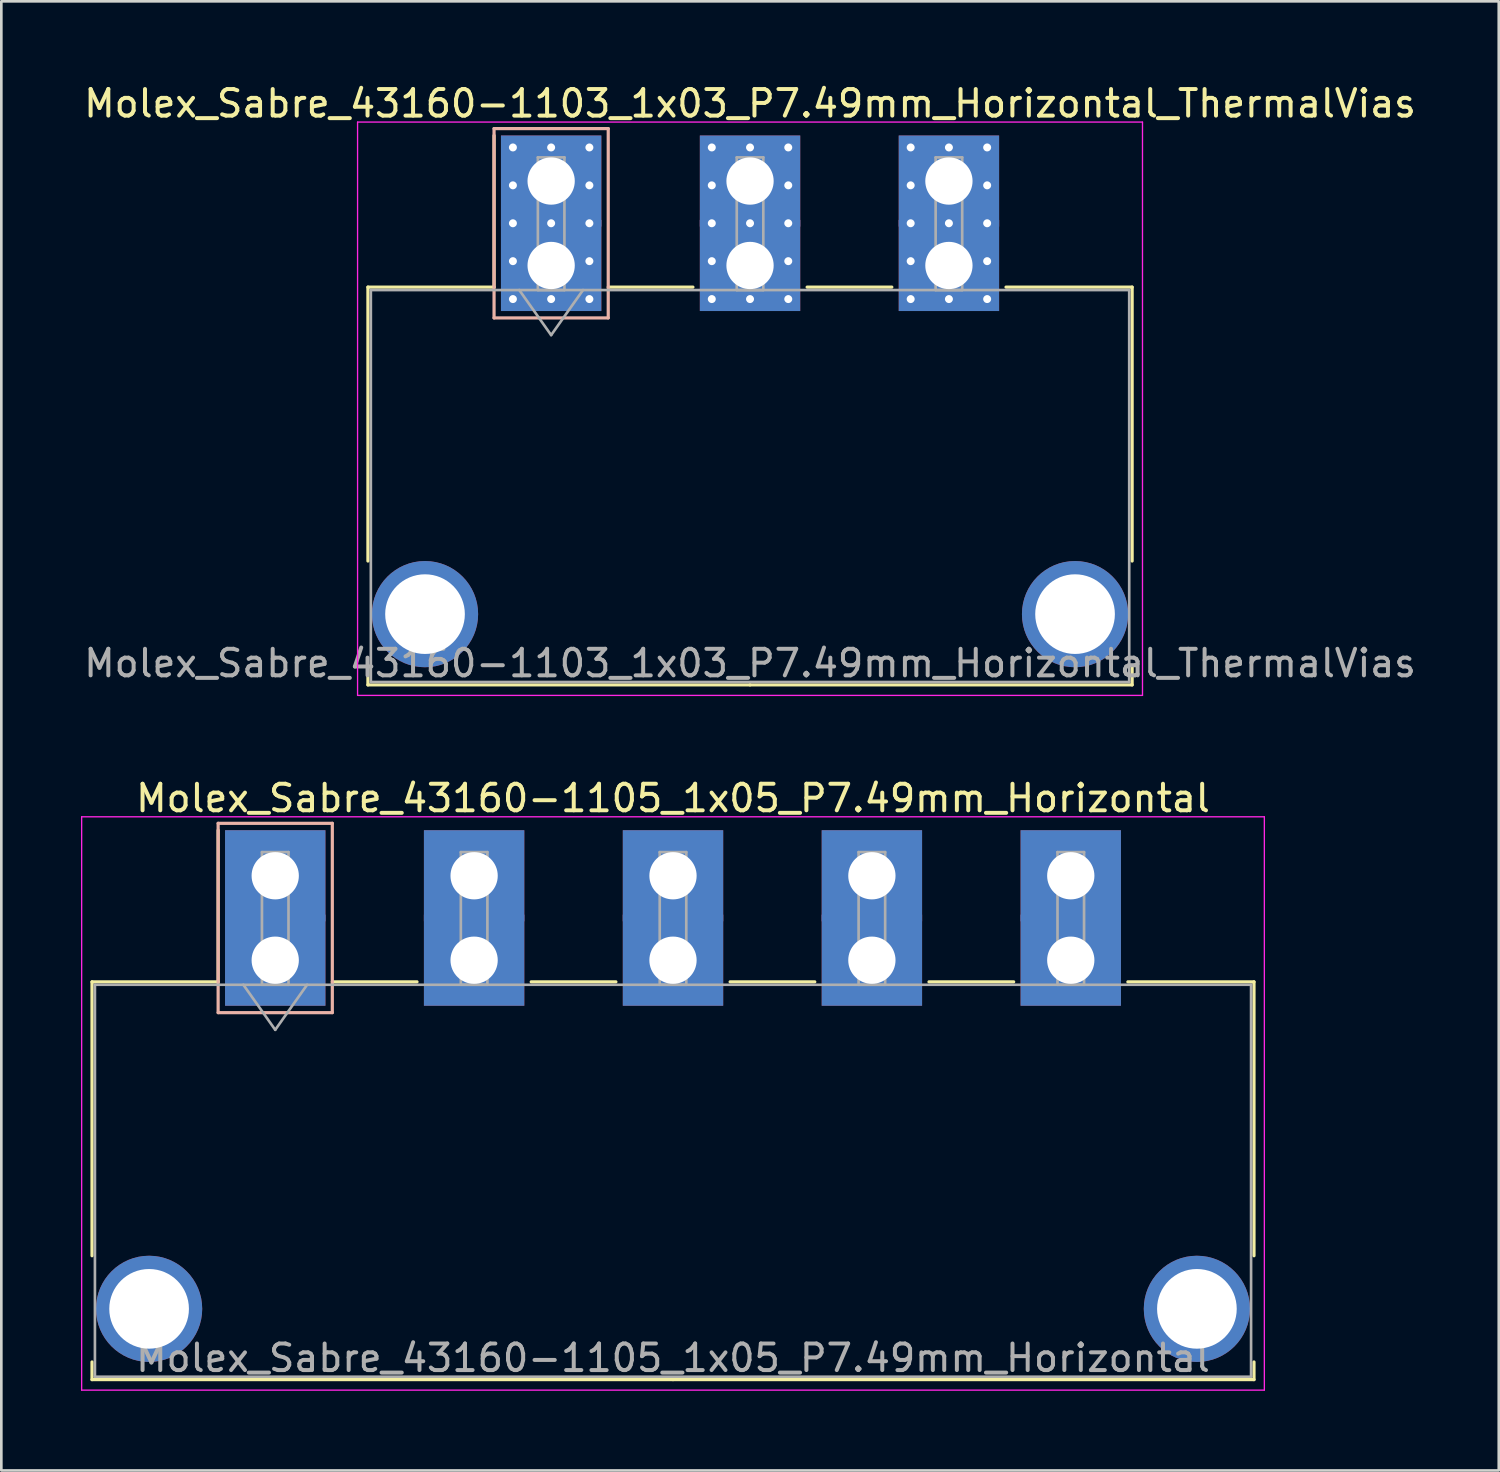
<source format=kicad_pcb>
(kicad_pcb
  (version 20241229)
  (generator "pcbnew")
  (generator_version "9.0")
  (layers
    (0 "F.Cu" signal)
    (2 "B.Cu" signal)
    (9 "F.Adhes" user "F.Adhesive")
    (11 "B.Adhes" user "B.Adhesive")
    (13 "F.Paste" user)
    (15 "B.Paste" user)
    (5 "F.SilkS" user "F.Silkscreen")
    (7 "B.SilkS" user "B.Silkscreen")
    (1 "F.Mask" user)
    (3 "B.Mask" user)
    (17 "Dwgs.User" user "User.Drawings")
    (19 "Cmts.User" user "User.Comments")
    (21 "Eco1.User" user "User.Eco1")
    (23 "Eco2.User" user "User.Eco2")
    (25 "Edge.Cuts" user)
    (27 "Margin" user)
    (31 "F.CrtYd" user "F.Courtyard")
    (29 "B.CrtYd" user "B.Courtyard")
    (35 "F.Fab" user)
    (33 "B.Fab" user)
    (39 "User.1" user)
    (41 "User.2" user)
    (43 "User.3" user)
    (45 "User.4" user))
  (footprint "Molex_Sabre_43160-1105_1x05_P7.49mm_Horizontal"
    (layer "F.Cu")
    (at 7.315 33.111)
    (property "Reference" "Molex_Sabre_43160-1105_1x05_P7.49mm_Horizontal" (at 14.98 -6.1 0) (layer "F.SilkS") (effects (font (size 1 1) (thickness 0.15))))
    (attr through_hole)
    (fp_line (start -6.9 0.815) (end -6.9 11.13) (stroke (width 0.12) (type solid)) (layer "F.SilkS"))
    (fp_line (start -6.9 15.13) (end -6.9 15.795) (stroke (width 0.12) (type solid)) (layer "F.SilkS"))
    (fp_line (start -6.9 15.795) (end 14.98 15.795) (stroke (width 0.12) (type solid)) (layer "F.SilkS"))
    (fp_line (start -2.15 0.815) (end -6.9 0.815) (stroke (width 0.12) (type solid)) (layer "F.SilkS"))
    (fp_line (start -2.15 0.815) (end -2.15 -4.895) (stroke (width 0.12) (type solid)) (layer "F.SilkS"))
    (fp_line (start 2.15 0.815) (end 5.34 0.815) (stroke (width 0.12) (type solid)) (layer "F.SilkS"))
    (fp_line (start 9.64 0.815) (end 12.83 0.815) (stroke (width 0.12) (type solid)) (layer "F.SilkS"))
    (fp_line (start 17.13 0.815) (end 20.32 0.815) (stroke (width 0.12) (type solid)) (layer "F.SilkS"))
    (fp_line (start 24.62 0.815) (end 27.81 0.815) (stroke (width 0.12) (type solid)) (layer "F.SilkS"))
    (fp_line (start 32.11 0.815) (end 36.86 0.815) (stroke (width 0.12) (type solid)) (layer "F.SilkS"))
    (fp_line (start 36.86 0.815) (end 36.86 11.13) (stroke (width 0.12) (type solid)) (layer "F.SilkS"))
    (fp_line (start 36.86 15.13) (end 36.86 15.795) (stroke (width 0.12) (type solid)) (layer "F.SilkS"))
    (fp_line (start 36.86 15.795) (end 14.98 15.795) (stroke (width 0.12) (type solid)) (layer "F.SilkS"))
    (fp_line (start -2.15 -5.155) (end -2.15 1.975) (stroke (width 0.12) (type solid)) (layer "B.SilkS"))
    (fp_line (start -2.15 1.975) (end 2.15 1.975) (stroke (width 0.12) (type solid)) (layer "B.SilkS"))
    (fp_line (start 2.15 -5.155) (end -2.15 -5.155) (stroke (width 0.12) (type solid)) (layer "B.SilkS"))
    (fp_line (start 2.15 1.975) (end 2.15 -5.155) (stroke (width 0.12) (type solid)) (layer "B.SilkS"))
    (fp_line (start -7.29 -5.4) (end -7.29 16.19) (stroke (width 0.05) (type solid)) (layer "F.CrtYd"))
    (fp_line (start -7.29 16.19) (end 37.25 16.19) (stroke (width 0.05) (type solid)) (layer "F.CrtYd"))
    (fp_line (start 37.25 -5.4) (end -7.29 -5.4) (stroke (width 0.05) (type solid)) (layer "F.CrtYd"))
    (fp_line (start 37.25 16.19) (end 37.25 -5.4) (stroke (width 0.05) (type solid)) (layer "F.CrtYd"))
    (fp_line (start -6.79 0.925) (end -6.79 15.685) (stroke (width 0.1) (type solid)) (layer "F.Fab"))
    (fp_line (start -6.79 15.685) (end 36.75 15.685) (stroke (width 0.1) (type solid)) (layer "F.Fab"))
    (fp_line (start -1.2 0.925) (end 0 2.622) (stroke (width 0.1) (type solid)) (layer "F.Fab"))
    (fp_line (start -0.5 -4.07) (end 0.5 -4.07) (stroke (width 0.1) (type solid)) (layer "F.Fab"))
    (fp_line (start -0.5 0.925) (end -0.5 -4.07) (stroke (width 0.1) (type solid)) (layer "F.Fab"))
    (fp_line (start 0 2.622) (end 1.2 0.925) (stroke (width 0.1) (type solid)) (layer "F.Fab"))
    (fp_line (start 0.5 -4.07) (end 0.5 0.925) (stroke (width 0.1) (type solid)) (layer "F.Fab"))
    (fp_line (start 0.5 0.925) (end -0.5 0.925) (stroke (width 0.1) (type solid)) (layer "F.Fab"))
    (fp_line (start 6.99 -4.07) (end 7.99 -4.07) (stroke (width 0.1) (type solid)) (layer "F.Fab"))
    (fp_line (start 6.99 0.925) (end 6.99 -4.07) (stroke (width 0.1) (type solid)) (layer "F.Fab"))
    (fp_line (start 7.99 -4.07) (end 7.99 0.925) (stroke (width 0.1) (type solid)) (layer "F.Fab"))
    (fp_line (start 7.99 0.925) (end 6.99 0.925) (stroke (width 0.1) (type solid)) (layer "F.Fab"))
    (fp_line (start 14.48 -4.07) (end 15.48 -4.07) (stroke (width 0.1) (type solid)) (layer "F.Fab"))
    (fp_line (start 14.48 0.925) (end 14.48 -4.07) (stroke (width 0.1) (type solid)) (layer "F.Fab"))
    (fp_line (start 15.48 -4.07) (end 15.48 0.925) (stroke (width 0.1) (type solid)) (layer "F.Fab"))
    (fp_line (start 15.48 0.925) (end 14.48 0.925) (stroke (width 0.1) (type solid)) (layer "F.Fab"))
    (fp_line (start 21.97 -4.07) (end 22.97 -4.07) (stroke (width 0.1) (type solid)) (layer "F.Fab"))
    (fp_line (start 21.97 0.925) (end 21.97 -4.07) (stroke (width 0.1) (type solid)) (layer "F.Fab"))
    (fp_line (start 22.97 -4.07) (end 22.97 0.925) (stroke (width 0.1) (type solid)) (layer "F.Fab"))
    (fp_line (start 22.97 0.925) (end 21.97 0.925) (stroke (width 0.1) (type solid)) (layer "F.Fab"))
    (fp_line (start 29.46 -4.07) (end 30.46 -4.07) (stroke (width 0.1) (type solid)) (layer "F.Fab"))
    (fp_line (start 29.46 0.925) (end 29.46 -4.07) (stroke (width 0.1) (type solid)) (layer "F.Fab"))
    (fp_line (start 30.46 -4.07) (end 30.46 0.925) (stroke (width 0.1) (type solid)) (layer "F.Fab"))
    (fp_line (start 30.46 0.925) (end 29.46 0.925) (stroke (width 0.1) (type solid)) (layer "F.Fab"))
    (fp_line (start 36.75 0.925) (end -6.79 0.925) (stroke (width 0.1) (type solid)) (layer "F.Fab"))
    (fp_line (start 36.75 15.685) (end 36.75 0.925) (stroke (width 0.1) (type solid)) (layer "F.Fab"))
    (fp_text user "${REFERENCE}" (at 14.98 14.98 0) (layer "F.Fab") (effects (font (size 1 1) (thickness 0.15))))
    (pad "" thru_hole circle (at -4.75 13.13) (size 4 4) (drill 3) (layers "*.Cu" "*.Mask"))
    (pad "" thru_hole circle (at 34.71 13.13) (size 4 4) (drill 3) (layers "*.Cu" "*.Mask"))
    (pad "1" thru_hole rect (at 0 -3.18) (size 3.78 3.43) (drill 1.78) (layers "*.Cu" "*.Mask"))
    (pad "1" thru_hole rect (at 0 0) (size 3.78 3.43) (drill 1.78) (layers "*.Cu" "*.Mask"))
    (pad "2" thru_hole rect (at 7.49 -3.18) (size 3.78 3.43) (drill 1.78) (layers "*.Cu" "*.Mask"))
    (pad "2" thru_hole rect (at 7.49 0) (size 3.78 3.43) (drill 1.78) (layers "*.Cu" "*.Mask"))
    (pad "3" thru_hole rect (at 14.98 -3.18) (size 3.78 3.43) (drill 1.78) (layers "*.Cu" "*.Mask"))
    (pad "3" thru_hole rect (at 14.98 0) (size 3.78 3.43) (drill 1.78) (layers "*.Cu" "*.Mask"))
    (pad "4" thru_hole rect (at 22.47 -3.18) (size 3.78 3.43) (drill 1.78) (layers "*.Cu" "*.Mask"))
    (pad "4" thru_hole rect (at 22.47 0) (size 3.78 3.43) (drill 1.78) (layers "*.Cu" "*.Mask"))
    (pad "5" thru_hole rect (at 29.96 -3.18) (size 3.78 3.43) (drill 1.78) (layers "*.Cu" "*.Mask"))
    (pad "5" thru_hole rect (at 29.96 0) (size 3.78 3.43) (drill 1.78) (layers "*.Cu" "*.Mask")))
  (footprint "Molex_Sabre_43160-1103_1x03_P7.49mm_Horizontal_ThermalVias"
    (layer "F.Cu")
    (at 17.706 6.948)
    (property "Reference" "Molex_Sabre_43160-1103_1x03_P7.49mm_Horizontal_ThermalVias" (at 7.49 -6.1 0) (layer "F.SilkS") (effects (font (size 1 1) (thickness 0.15))))
    (attr through_hole)
    (fp_line (start -6.9 0.815) (end -6.9 11.13) (stroke (width 0.12) (type solid)) (layer "F.SilkS"))
    (fp_line (start -6.9 15.13) (end -6.9 15.795) (stroke (width 0.12) (type solid)) (layer "F.SilkS"))
    (fp_line (start -6.9 15.795) (end 7.49 15.795) (stroke (width 0.12) (type solid)) (layer "F.SilkS"))
    (fp_line (start -2.15 0.815) (end -6.9 0.815) (stroke (width 0.12) (type solid)) (layer "F.SilkS"))
    (fp_line (start -2.15 0.815) (end -2.15 -4.895) (stroke (width 0.12) (type solid)) (layer "F.SilkS"))
    (fp_line (start 2.15 0.815) (end 5.34 0.815) (stroke (width 0.12) (type solid)) (layer "F.SilkS"))
    (fp_line (start 9.64 0.815) (end 12.83 0.815) (stroke (width 0.12) (type solid)) (layer "F.SilkS"))
    (fp_line (start 17.13 0.815) (end 21.88 0.815) (stroke (width 0.12) (type solid)) (layer "F.SilkS"))
    (fp_line (start 21.88 0.815) (end 21.88 11.13) (stroke (width 0.12) (type solid)) (layer "F.SilkS"))
    (fp_line (start 21.88 15.13) (end 21.88 15.795) (stroke (width 0.12) (type solid)) (layer "F.SilkS"))
    (fp_line (start 21.88 15.795) (end 7.49 15.795) (stroke (width 0.12) (type solid)) (layer "F.SilkS"))
    (fp_line (start -2.15 -5.155) (end -2.15 1.975) (stroke (width 0.12) (type solid)) (layer "B.SilkS"))
    (fp_line (start -2.15 1.975) (end 2.15 1.975) (stroke (width 0.12) (type solid)) (layer "B.SilkS"))
    (fp_line (start 2.15 -5.155) (end -2.15 -5.155) (stroke (width 0.12) (type solid)) (layer "B.SilkS"))
    (fp_line (start 2.15 1.975) (end 2.15 -5.155) (stroke (width 0.12) (type solid)) (layer "B.SilkS"))
    (fp_line (start -7.29 -5.4) (end -7.29 16.19) (stroke (width 0.05) (type solid)) (layer "F.CrtYd"))
    (fp_line (start -7.29 16.19) (end 22.27 16.19) (stroke (width 0.05) (type solid)) (layer "F.CrtYd"))
    (fp_line (start 22.27 -5.4) (end -7.29 -5.4) (stroke (width 0.05) (type solid)) (layer "F.CrtYd"))
    (fp_line (start 22.27 16.19) (end 22.27 -5.4) (stroke (width 0.05) (type solid)) (layer "F.CrtYd"))
    (fp_line (start -6.79 0.925) (end -6.79 15.685) (stroke (width 0.1) (type solid)) (layer "F.Fab"))
    (fp_line (start -6.79 15.685) (end 21.77 15.685) (stroke (width 0.1) (type solid)) (layer "F.Fab"))
    (fp_line (start -1.2 0.925) (end 0 2.622) (stroke (width 0.1) (type solid)) (layer "F.Fab"))
    (fp_line (start -0.5 -4.07) (end 0.5 -4.07) (stroke (width 0.1) (type solid)) (layer "F.Fab"))
    (fp_line (start -0.5 0.925) (end -0.5 -4.07) (stroke (width 0.1) (type solid)) (layer "F.Fab"))
    (fp_line (start 0 2.622) (end 1.2 0.925) (stroke (width 0.1) (type solid)) (layer "F.Fab"))
    (fp_line (start 0.5 -4.07) (end 0.5 0.925) (stroke (width 0.1) (type solid)) (layer "F.Fab"))
    (fp_line (start 0.5 0.925) (end -0.5 0.925) (stroke (width 0.1) (type solid)) (layer "F.Fab"))
    (fp_line (start 6.99 -4.07) (end 7.99 -4.07) (stroke (width 0.1) (type solid)) (layer "F.Fab"))
    (fp_line (start 6.99 0.925) (end 6.99 -4.07) (stroke (width 0.1) (type solid)) (layer "F.Fab"))
    (fp_line (start 7.99 -4.07) (end 7.99 0.925) (stroke (width 0.1) (type solid)) (layer "F.Fab"))
    (fp_line (start 7.99 0.925) (end 6.99 0.925) (stroke (width 0.1) (type solid)) (layer "F.Fab"))
    (fp_line (start 14.48 -4.07) (end 15.48 -4.07) (stroke (width 0.1) (type solid)) (layer "F.Fab"))
    (fp_line (start 14.48 0.925) (end 14.48 -4.07) (stroke (width 0.1) (type solid)) (layer "F.Fab"))
    (fp_line (start 15.48 -4.07) (end 15.48 0.925) (stroke (width 0.1) (type solid)) (layer "F.Fab"))
    (fp_line (start 15.48 0.925) (end 14.48 0.925) (stroke (width 0.1) (type solid)) (layer "F.Fab"))
    (fp_line (start 21.77 0.925) (end -6.79 0.925) (stroke (width 0.1) (type solid)) (layer "F.Fab"))
    (fp_line (start 21.77 15.685) (end 21.77 0.925) (stroke (width 0.1) (type solid)) (layer "F.Fab"))
    (fp_text user "${REFERENCE}" (at 7.49 14.98 0) (layer "F.Fab") (effects (font (size 1 1) (thickness 0.15))))
    (pad "" thru_hole circle (at -4.75 13.13) (size 4 4) (drill 3) (layers "*.Cu" "*.Mask"))
    (pad "" thru_hole circle (at 19.73 13.13) (size 4 4) (drill 3) (layers "*.Cu" "*.Mask"))
    (pad "1" thru_hole rect (at -1.44 -4.445) (size 0.6 0.6) (drill 0.3) (layers "*.Cu" "*.Mask"))
    (pad "1" thru_hole rect (at -1.44 -3.018) (size 0.6 0.6) (drill 0.3) (layers "*.Cu" "*.Mask"))
    (pad "1" thru_hole rect (at -1.44 -1.59) (size 0.6 0.6) (drill 0.3) (layers "*.Cu" "*.Mask"))
    (pad "1" thru_hole rect (at -1.44 -0.163) (size 0.6 0.6) (drill 0.3) (layers "*.Cu" "*.Mask"))
    (pad "1" thru_hole rect (at -1.44 1.265) (size 0.6 0.6) (drill 0.3) (layers "*.Cu" "*.Mask"))
    (pad "1" thru_hole rect (at 0 -4.445) (size 0.6 0.6) (drill 0.3) (layers "*.Cu" "*.Mask"))
    (pad "1" thru_hole rect (at 0 -3.18) (size 3.78 3.43) (drill 1.78) (layers "*.Cu" "*.Mask"))
    (pad "1" thru_hole rect (at 0 -1.59) (size 0.6 0.6) (drill 0.3) (layers "*.Cu" "*.Mask"))
    (pad "1" thru_hole rect (at 0 0) (size 3.78 3.43) (drill 1.78) (layers "*.Cu" "*.Mask"))
    (pad "1" thru_hole rect (at 0 1.265) (size 0.6 0.6) (drill 0.3) (layers "*.Cu" "*.Mask"))
    (pad "1" thru_hole rect (at 1.44 -4.445) (size 0.6 0.6) (drill 0.3) (layers "*.Cu" "*.Mask"))
    (pad "1" thru_hole rect (at 1.44 -3.018) (size 0.6 0.6) (drill 0.3) (layers "*.Cu" "*.Mask"))
    (pad "1" thru_hole rect (at 1.44 -1.59) (size 0.6 0.6) (drill 0.3) (layers "*.Cu" "*.Mask"))
    (pad "1" thru_hole rect (at 1.44 -0.163) (size 0.6 0.6) (drill 0.3) (layers "*.Cu" "*.Mask"))
    (pad "1" thru_hole rect (at 1.44 1.265) (size 0.6 0.6) (drill 0.3) (layers "*.Cu" "*.Mask"))
    (pad "2" thru_hole circle (at 6.05 -4.445) (size 0.6 0.6) (drill 0.3) (layers "*.Cu" "*.Mask"))
    (pad "2" thru_hole circle (at 6.05 -3.018) (size 0.6 0.6) (drill 0.3) (layers "*.Cu" "*.Mask"))
    (pad "2" thru_hole circle (at 6.05 -1.59) (size 0.6 0.6) (drill 0.3) (layers "*.Cu" "*.Mask"))
    (pad "2" thru_hole circle (at 6.05 -0.163) (size 0.6 0.6) (drill 0.3) (layers "*.Cu" "*.Mask"))
    (pad "2" thru_hole circle (at 6.05 1.265) (size 0.6 0.6) (drill 0.3) (layers "*.Cu" "*.Mask"))
    (pad "2" thru_hole circle (at 7.49 -4.445) (size 0.6 0.6) (drill 0.3) (layers "*.Cu" "*.Mask"))
    (pad "2" thru_hole rect (at 7.49 -3.18) (size 3.78 3.43) (drill 1.78) (layers "*.Cu" "*.Mask"))
    (pad "2" thru_hole circle (at 7.49 -1.59) (size 0.6 0.6) (drill 0.3) (layers "*.Cu" "*.Mask"))
    (pad "2" thru_hole rect (at 7.49 0) (size 3.78 3.43) (drill 1.78) (layers "*.Cu" "*.Mask"))
    (pad "2" thru_hole circle (at 7.49 1.265) (size 0.6 0.6) (drill 0.3) (layers "*.Cu" "*.Mask"))
    (pad "2" thru_hole circle (at 8.93 -4.445) (size 0.6 0.6) (drill 0.3) (layers "*.Cu" "*.Mask"))
    (pad "2" thru_hole circle (at 8.93 -3.018) (size 0.6 0.6) (drill 0.3) (layers "*.Cu" "*.Mask"))
    (pad "2" thru_hole circle (at 8.93 -1.59) (size 0.6 0.6) (drill 0.3) (layers "*.Cu" "*.Mask"))
    (pad "2" thru_hole circle (at 8.93 -0.163) (size 0.6 0.6) (drill 0.3) (layers "*.Cu" "*.Mask"))
    (pad "2" thru_hole circle (at 8.93 1.265) (size 0.6 0.6) (drill 0.3) (layers "*.Cu" "*.Mask"))
    (pad "3" thru_hole circle (at 13.54 -4.445) (size 0.6 0.6) (drill 0.3) (layers "*.Cu" "*.Mask"))
    (pad "3" thru_hole circle (at 13.54 -3.018) (size 0.6 0.6) (drill 0.3) (layers "*.Cu" "*.Mask"))
    (pad "3" thru_hole circle (at 13.54 -1.59) (size 0.6 0.6) (drill 0.3) (layers "*.Cu" "*.Mask"))
    (pad "3" thru_hole circle (at 13.54 -0.163) (size 0.6 0.6) (drill 0.3) (layers "*.Cu" "*.Mask"))
    (pad "3" thru_hole circle (at 13.54 1.265) (size 0.6 0.6) (drill 0.3) (layers "*.Cu" "*.Mask"))
    (pad "3" thru_hole circle (at 14.98 -4.445) (size 0.6 0.6) (drill 0.3) (layers "*.Cu" "*.Mask"))
    (pad "3" thru_hole rect (at 14.98 -3.18) (size 3.78 3.43) (drill 1.78) (layers "*.Cu" "*.Mask"))
    (pad "3" thru_hole circle (at 14.98 -1.59) (size 0.6 0.6) (drill 0.3) (layers "*.Cu" "*.Mask"))
    (pad "3" thru_hole rect (at 14.98 0) (size 3.78 3.43) (drill 1.78) (layers "*.Cu" "*.Mask"))
    (pad "3" thru_hole circle (at 14.98 1.265) (size 0.6 0.6) (drill 0.3) (layers "*.Cu" "*.Mask"))
    (pad "3" thru_hole circle (at 16.42 -4.445) (size 0.6 0.6) (drill 0.3) (layers "*.Cu" "*.Mask"))
    (pad "3" thru_hole circle (at 16.42 -3.018) (size 0.6 0.6) (drill 0.3) (layers "*.Cu" "*.Mask"))
    (pad "3" thru_hole circle (at 16.42 -1.59) (size 0.6 0.6) (drill 0.3) (layers "*.Cu" "*.Mask"))
    (pad "3" thru_hole circle (at 16.42 -0.163) (size 0.6 0.6) (drill 0.3) (layers "*.Cu" "*.Mask"))
    (pad "3" thru_hole circle (at 16.42 1.265) (size 0.6 0.6) (drill 0.3) (layers "*.Cu" "*.Mask")))
  (gr_rect
    (start -3 -3)
    (end 53.393 52.327)
    (stroke (width 0.1) (type default))
    (fill no)
    (layer "Edge.Cuts")))
</source>
